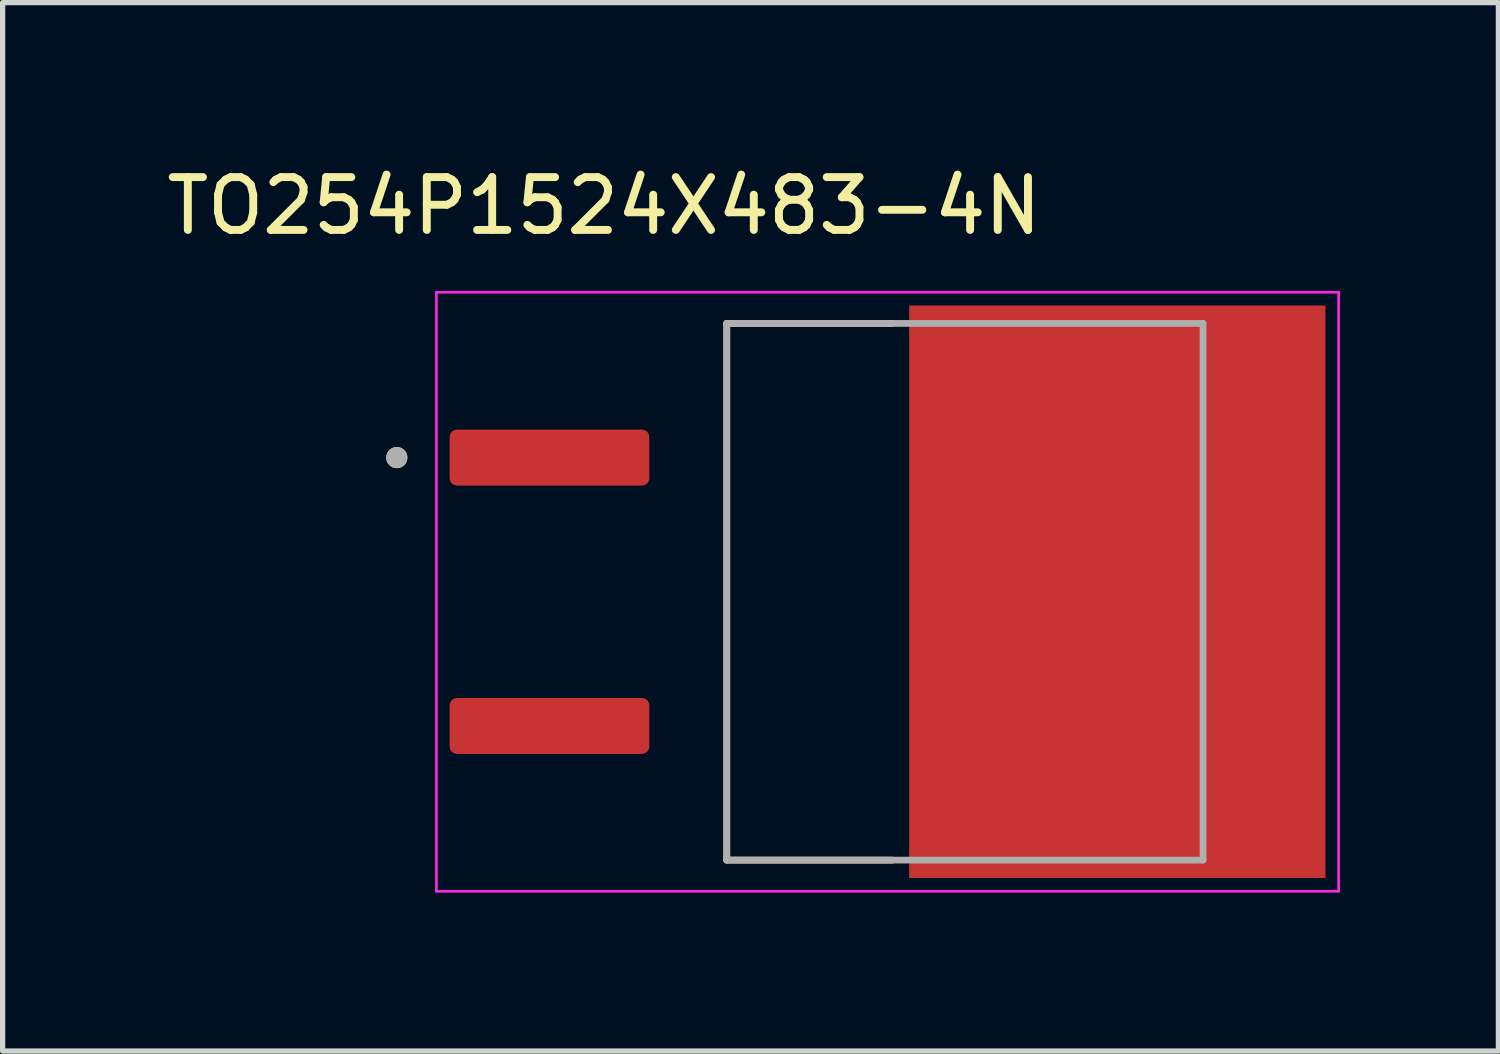
<source format=kicad_pcb>
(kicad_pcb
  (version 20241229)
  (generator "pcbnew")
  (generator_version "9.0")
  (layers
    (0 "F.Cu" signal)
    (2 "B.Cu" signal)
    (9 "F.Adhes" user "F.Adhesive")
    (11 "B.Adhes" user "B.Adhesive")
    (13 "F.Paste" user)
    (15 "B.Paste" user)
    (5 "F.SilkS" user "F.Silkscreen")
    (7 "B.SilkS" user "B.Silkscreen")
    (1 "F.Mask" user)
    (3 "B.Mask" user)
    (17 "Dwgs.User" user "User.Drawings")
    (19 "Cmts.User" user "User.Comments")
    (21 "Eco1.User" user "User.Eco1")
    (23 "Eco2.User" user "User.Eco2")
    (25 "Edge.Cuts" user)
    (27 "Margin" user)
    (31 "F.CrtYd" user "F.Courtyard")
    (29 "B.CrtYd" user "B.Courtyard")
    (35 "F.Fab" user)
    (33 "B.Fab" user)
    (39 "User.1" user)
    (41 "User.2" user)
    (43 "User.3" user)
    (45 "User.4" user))
  (footprint "TO254P1524X483-4N"
    (layer "F.Cu")
    (at 18.102 8.153)
    (property "Reference" "TO254P1524X483-4N" (at -9.715 -7.305 0) (layer "F.SilkS") (effects (font (size 1 1) (thickness 0.15))))
    (attr smd)
    (fp_line (start -7.393 -5.08) (end -7.393 5.08) (stroke (width 0.127) (type solid)) (layer "F.SilkS"))
    (fp_line (start -7.393 5.08) (end -4.26 5.08) (stroke (width 0.127) (type solid)) (layer "F.SilkS"))
    (fp_line (start -4.26 -5.08) (end -7.393 -5.08) (stroke (width 0.127) (type solid)) (layer "F.SilkS"))
    (fp_circle (center -13.64 -2.54) (end -13.54 -2.54) (stroke (width 0.2) (type solid)) (fill no) (layer "F.SilkS"))
    (fp_poly (pts (xy -3.39 -5.15) (xy -1.87 -5.15) (xy -1.87 -3.9) (xy -3.39 -3.9)) (stroke (width 0.01) (type solid)) (fill yes) (layer "F.Paste"))
    (fp_poly (pts (xy -3.39 -3.34) (xy -1.87 -3.34) (xy -1.87 -2.09) (xy -3.39 -2.09)) (stroke (width 0.01) (type solid)) (fill yes) (layer "F.Paste"))
    (fp_poly (pts (xy -3.39 -1.53) (xy -1.87 -1.53) (xy -1.87 -0.28) (xy -3.39 -0.28)) (stroke (width 0.01) (type solid)) (fill yes) (layer "F.Paste"))
    (fp_poly (pts (xy -3.39 0.28) (xy -1.87 0.28) (xy -1.87 1.53) (xy -3.39 1.53)) (stroke (width 0.01) (type solid)) (fill yes) (layer "F.Paste"))
    (fp_poly (pts (xy -3.39 2.09) (xy -1.87 2.09) (xy -1.87 3.34) (xy -3.39 3.34)) (stroke (width 0.01) (type solid)) (fill yes) (layer "F.Paste"))
    (fp_poly (pts (xy -3.39 3.9) (xy -1.87 3.9) (xy -1.87 5.15) (xy -3.39 5.15)) (stroke (width 0.01) (type solid)) (fill yes) (layer "F.Paste"))
    (fp_poly (pts (xy -0.76 -5.15) (xy 0.76 -5.15) (xy 0.76 -3.9) (xy -0.76 -3.9)) (stroke (width 0.01) (type solid)) (fill yes) (layer "F.Paste"))
    (fp_poly (pts (xy -0.76 -3.34) (xy 0.76 -3.34) (xy 0.76 -2.09) (xy -0.76 -2.09)) (stroke (width 0.01) (type solid)) (fill yes) (layer "F.Paste"))
    (fp_poly (pts (xy -0.76 -1.53) (xy 0.76 -1.53) (xy 0.76 -0.28) (xy -0.76 -0.28)) (stroke (width 0.01) (type solid)) (fill yes) (layer "F.Paste"))
    (fp_poly (pts (xy -0.76 0.28) (xy 0.76 0.28) (xy 0.76 1.53) (xy -0.76 1.53)) (stroke (width 0.01) (type solid)) (fill yes) (layer "F.Paste"))
    (fp_poly (pts (xy -0.76 2.09) (xy 0.76 2.09) (xy 0.76 3.34) (xy -0.76 3.34)) (stroke (width 0.01) (type solid)) (fill yes) (layer "F.Paste"))
    (fp_poly (pts (xy -0.76 3.9) (xy 0.76 3.9) (xy 0.76 5.15) (xy -0.76 5.15)) (stroke (width 0.01) (type solid)) (fill yes) (layer "F.Paste"))
    (fp_poly (pts (xy 1.87 -5.15) (xy 3.39 -5.15) (xy 3.39 -3.9) (xy 1.87 -3.9)) (stroke (width 0.01) (type solid)) (fill yes) (layer "F.Paste"))
    (fp_poly (pts (xy 1.87 -3.34) (xy 3.39 -3.34) (xy 3.39 -2.09) (xy 1.87 -2.09)) (stroke (width 0.01) (type solid)) (fill yes) (layer "F.Paste"))
    (fp_poly (pts (xy 1.87 -1.53) (xy 3.39 -1.53) (xy 3.39 -0.28) (xy 1.87 -0.28)) (stroke (width 0.01) (type solid)) (fill yes) (layer "F.Paste"))
    (fp_poly (pts (xy 1.87 0.28) (xy 3.39 0.28) (xy 3.39 1.53) (xy 1.87 1.53)) (stroke (width 0.01) (type solid)) (fill yes) (layer "F.Paste"))
    (fp_poly (pts (xy 1.87 2.09) (xy 3.39 2.09) (xy 3.39 3.34) (xy 1.87 3.34)) (stroke (width 0.01) (type solid)) (fill yes) (layer "F.Paste"))
    (fp_poly (pts (xy 1.87 3.9) (xy 3.39 3.9) (xy 3.39 5.15) (xy 1.87 5.15)) (stroke (width 0.01) (type solid)) (fill yes) (layer "F.Paste"))
    (fp_line (start -12.89 -5.67) (end -12.89 5.67) (stroke (width 0.05) (type solid)) (layer "F.CrtYd"))
    (fp_line (start -12.89 5.67) (end 4.19 5.67) (stroke (width 0.05) (type solid)) (layer "F.CrtYd"))
    (fp_line (start 4.19 -5.67) (end -12.89 -5.67) (stroke (width 0.05) (type solid)) (layer "F.CrtYd"))
    (fp_line (start 4.19 5.67) (end 4.19 -5.67) (stroke (width 0.05) (type solid)) (layer "F.CrtYd"))
    (fp_line (start -7.393 -5.08) (end -7.393 5.08) (stroke (width 0.127) (type solid)) (layer "F.Fab"))
    (fp_line (start -7.393 5.08) (end 1.623 5.08) (stroke (width 0.127) (type solid)) (layer "F.Fab"))
    (fp_line (start 1.623 -5.08) (end -7.393 -5.08) (stroke (width 0.127) (type solid)) (layer "F.Fab"))
    (fp_line (start 1.623 5.08) (end 1.623 -5.08) (stroke (width 0.127) (type solid)) (layer "F.Fab"))
    (fp_circle (center -13.64 -2.54) (end -13.54 -2.54) (stroke (width 0.2) (type solid)) (fill no) (layer "F.Fab"))
    (pad "1" smd roundrect (at -10.75 -2.54) (size 3.78 1.06) (layers "F.Cu" "F.Mask" "F.Paste") (roundrect_rratio 0.13))
    (pad "3" smd roundrect (at -10.75 2.54) (size 3.78 1.06) (layers "F.Cu" "F.Mask" "F.Paste") (roundrect_rratio 0.13))
    (pad "4" smd rect (at 0 0) (size 7.88 10.84) (layers "F.Cu" "F.Mask")))
  (gr_rect
    (start -3 -3)
    (end 25.317 16.848)
    (stroke (width 0.1) (type default))
    (fill no)
    (layer "Edge.Cuts")))
</source>
